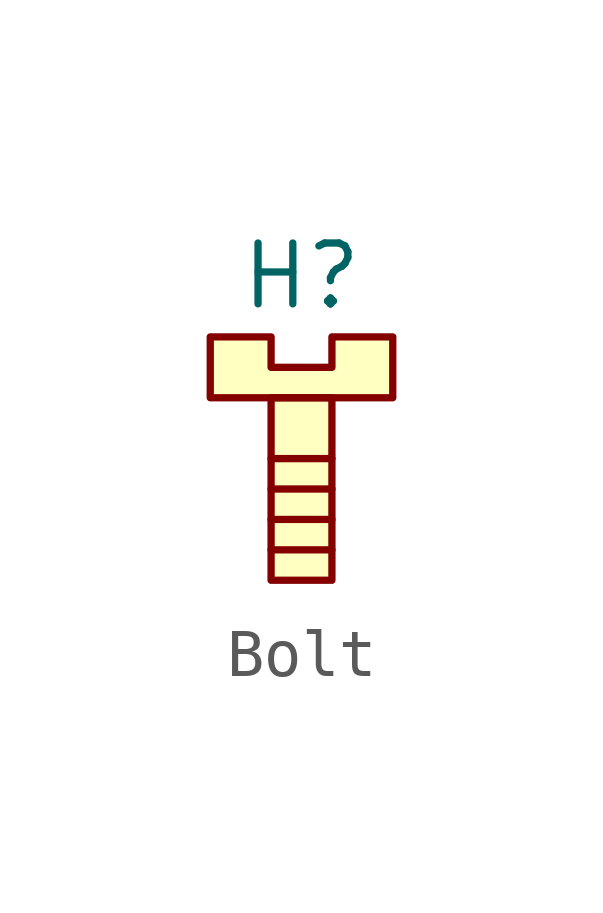
<source format=kicad_sym>
(kicad_symbol_lib
  (version 20220914)
  (generator kicad_symbol_editor)
  (symbol "Bolt"
    (property "Reference" "H"
      (at 0 0 0)
      (effects (font (size 1.27 1.27))))
    (property "Value" ""
      (at 0 0 0)
      (effects (font (size 1.27 1.27))))
    (symbol "Bolt_0_1"
      (polyline (pts (xy -0.635 -5.715) (xy 0.635 -5.715)) (stroke (width 0) (type default)) (fill (type none)))
      (polyline (pts (xy -0.635 -5.08) (xy 0.635 -5.08)) (stroke (width 0) (type default)) (fill (type none)))
      (polyline (pts (xy -0.635 -3.81) (xy 0.635 -3.81)) (stroke (width 0) (type default)) (fill (type none)))
      (polyline (pts (xy 0.635 -4.445) (xy -0.635 -4.445)) (stroke (width 0) (type default)) (fill (type none))))
    (symbol "Bolt_1_1"
      (polyline (pts (xy -0.635 -2.54) (xy -0.635 -6.35) (xy 0.635 -6.35) (xy 0.635 -2.54) (xy -0.635 -2.54)) (stroke (width 0) (type default)) (fill (type background)))
      (polyline (pts (xy -1.905 -1.27) (xy -0.635 -1.27) (xy -0.635 -1.905) (xy 0.635 -1.905) (xy 0.635 -1.27) (xy 1.905 -1.27) (xy 1.905 -2.54) (xy -1.905 -2.54) (xy -1.905 -1.27)) (stroke (width 0) (type default)) (fill (type background))))))
</source>
